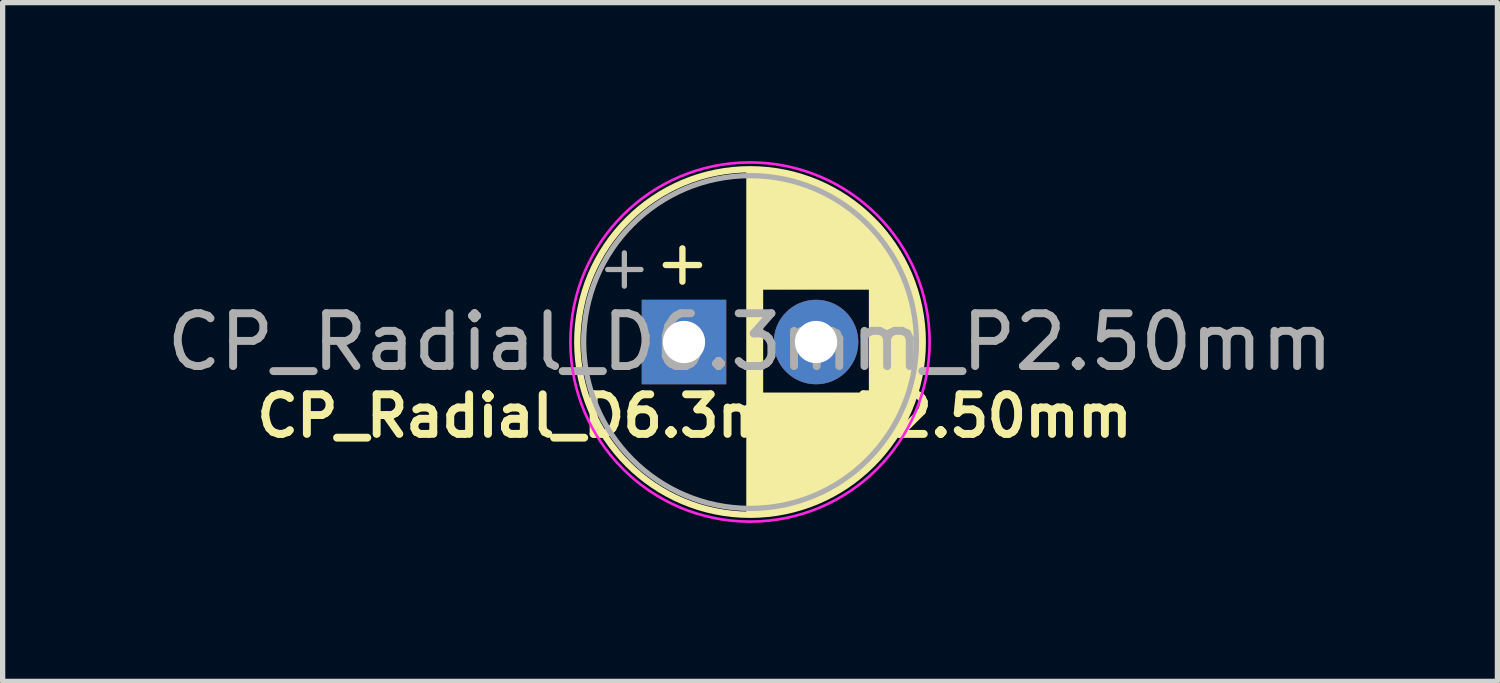
<source format=kicad_pcb>
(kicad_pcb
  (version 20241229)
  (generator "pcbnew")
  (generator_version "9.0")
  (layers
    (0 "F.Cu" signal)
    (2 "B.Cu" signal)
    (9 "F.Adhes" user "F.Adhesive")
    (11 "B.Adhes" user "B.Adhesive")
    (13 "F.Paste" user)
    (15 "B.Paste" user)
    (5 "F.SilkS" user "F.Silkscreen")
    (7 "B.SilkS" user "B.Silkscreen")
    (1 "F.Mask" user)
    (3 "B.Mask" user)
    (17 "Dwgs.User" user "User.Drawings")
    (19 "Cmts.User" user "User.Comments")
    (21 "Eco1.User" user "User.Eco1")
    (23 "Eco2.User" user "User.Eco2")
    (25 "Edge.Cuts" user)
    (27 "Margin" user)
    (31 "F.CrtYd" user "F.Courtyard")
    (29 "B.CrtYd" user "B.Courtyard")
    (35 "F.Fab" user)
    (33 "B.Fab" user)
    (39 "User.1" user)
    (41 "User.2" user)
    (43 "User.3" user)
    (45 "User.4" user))
  (footprint "CP_Radial_D6.3mm_P2.50mm"
    (layer "F.Cu")
    (at 9.899 3.425)
    (property "Reference" "CP_Radial_D6.3mm_P2.50mm" (at 0.2 1.4 0) (layer "F.SilkS") (effects (font (size 0.75 0.75) (thickness 0.15))))
    (attr through_hole)
    (fp_line (start -0.345 -1.458) (end 0.285 -1.458) (stroke (width 0.12) (type solid)) (layer "F.SilkS"))
    (fp_line (start -0.03 -1.773) (end -0.03 -1.143) (stroke (width 0.12) (type solid)) (layer "F.SilkS"))
    (fp_line (start 1.239 -3.254) (end 1.239 3.206) (stroke (width 0.12) (type solid)) (layer "F.SilkS"))
    (fp_line (start 1.279 -3.254) (end 1.279 3.206) (stroke (width 0.12) (type solid)) (layer "F.SilkS"))
    (fp_line (start 1.319 -3.254) (end 1.319 3.206) (stroke (width 0.12) (type solid)) (layer "F.SilkS"))
    (fp_line (start 1.359 -3.252) (end 1.359 3.204) (stroke (width 0.12) (type solid)) (layer "F.SilkS"))
    (fp_line (start 1.399 -3.251) (end 1.399 3.203) (stroke (width 0.12) (type solid)) (layer "F.SilkS"))
    (fp_line (start 1.439 -3.248) (end 1.439 3.2) (stroke (width 0.12) (type solid)) (layer "F.SilkS"))
    (fp_line (start 1.47 -3.233) (end 1.47 -1.051) (stroke (width 0.12) (type solid)) (layer "F.SilkS"))
    (fp_line (start 1.479 1.016) (end 1.479 3.198) (stroke (width 0.12) (type solid)) (layer "F.SilkS"))
    (fp_line (start 1.51 -3.229) (end 1.51 -1.051) (stroke (width 0.12) (type solid)) (layer "F.SilkS"))
    (fp_line (start 1.519 1.016) (end 1.519 3.194) (stroke (width 0.12) (type solid)) (layer "F.SilkS"))
    (fp_line (start 1.55 -3.226) (end 1.55 -1.051) (stroke (width 0.12) (type solid)) (layer "F.SilkS"))
    (fp_line (start 1.559 1.016) (end 1.559 3.191) (stroke (width 0.12) (type solid)) (layer "F.SilkS"))
    (fp_line (start 1.59 -3.222) (end 1.59 -1.051) (stroke (width 0.12) (type solid)) (layer "F.SilkS"))
    (fp_line (start 1.599 1.016) (end 1.599 3.187) (stroke (width 0.12) (type solid)) (layer "F.SilkS"))
    (fp_line (start 1.63 -3.217) (end 1.63 -1.051) (stroke (width 0.12) (type solid)) (layer "F.SilkS"))
    (fp_line (start 1.639 1.016) (end 1.639 3.182) (stroke (width 0.12) (type solid)) (layer "F.SilkS"))
    (fp_line (start 1.67 -3.212) (end 1.67 -1.051) (stroke (width 0.12) (type solid)) (layer "F.SilkS"))
    (fp_line (start 1.679 1.016) (end 1.679 3.177) (stroke (width 0.12) (type solid)) (layer "F.SilkS"))
    (fp_line (start 1.71 -3.206) (end 1.71 -1.051) (stroke (width 0.12) (type solid)) (layer "F.SilkS"))
    (fp_line (start 1.719 1.016) (end 1.719 3.171) (stroke (width 0.12) (type solid)) (layer "F.SilkS"))
    (fp_line (start 1.75 -3.2) (end 1.75 -1.051) (stroke (width 0.12) (type solid)) (layer "F.SilkS"))
    (fp_line (start 1.759 1.016) (end 1.759 3.165) (stroke (width 0.12) (type solid)) (layer "F.SilkS"))
    (fp_line (start 1.79 -3.193) (end 1.79 -1.051) (stroke (width 0.12) (type solid)) (layer "F.SilkS"))
    (fp_line (start 1.799 1.016) (end 1.799 3.158) (stroke (width 0.12) (type solid)) (layer "F.SilkS"))
    (fp_line (start 1.83 -3.186) (end 1.83 -1.051) (stroke (width 0.12) (type solid)) (layer "F.SilkS"))
    (fp_line (start 1.839 1.016) (end 1.839 3.151) (stroke (width 0.12) (type solid)) (layer "F.SilkS"))
    (fp_line (start 1.87 -3.178) (end 1.87 -1.051) (stroke (width 0.12) (type solid)) (layer "F.SilkS"))
    (fp_line (start 1.879 1.016) (end 1.879 3.143) (stroke (width 0.12) (type solid)) (layer "F.SilkS"))
    (fp_line (start 1.91 -3.17) (end 1.91 -1.051) (stroke (width 0.12) (type solid)) (layer "F.SilkS"))
    (fp_line (start 1.919 1.016) (end 1.919 3.135) (stroke (width 0.12) (type solid)) (layer "F.SilkS"))
    (fp_line (start 1.951 -3.161) (end 1.951 -1.051) (stroke (width 0.12) (type solid)) (layer "F.SilkS"))
    (fp_line (start 1.96 1.016) (end 1.96 3.126) (stroke (width 0.12) (type solid)) (layer "F.SilkS"))
    (fp_line (start 1.991 -3.152) (end 1.991 -1.051) (stroke (width 0.12) (type solid)) (layer "F.SilkS"))
    (fp_line (start 2 1.016) (end 2 3.117) (stroke (width 0.12) (type solid)) (layer "F.SilkS"))
    (fp_line (start 2.031 -3.142) (end 2.031 -1.051) (stroke (width 0.12) (type solid)) (layer "F.SilkS"))
    (fp_line (start 2.04 1.016) (end 2.04 3.107) (stroke (width 0.12) (type solid)) (layer "F.SilkS"))
    (fp_line (start 2.071 -3.132) (end 2.071 -1.051) (stroke (width 0.12) (type solid)) (layer "F.SilkS"))
    (fp_line (start 2.08 1.016) (end 2.08 3.097) (stroke (width 0.12) (type solid)) (layer "F.SilkS"))
    (fp_line (start 2.111 -3.121) (end 2.111 -1.051) (stroke (width 0.12) (type solid)) (layer "F.SilkS"))
    (fp_line (start 2.12 1.016) (end 2.12 3.086) (stroke (width 0.12) (type solid)) (layer "F.SilkS"))
    (fp_line (start 2.151 -3.109) (end 2.151 -1.051) (stroke (width 0.12) (type solid)) (layer "F.SilkS"))
    (fp_line (start 2.16 1.016) (end 2.16 3.074) (stroke (width 0.12) (type solid)) (layer "F.SilkS"))
    (fp_line (start 2.191 -3.097) (end 2.191 -1.051) (stroke (width 0.12) (type solid)) (layer "F.SilkS"))
    (fp_line (start 2.2 1.016) (end 2.2 3.062) (stroke (width 0.12) (type solid)) (layer "F.SilkS"))
    (fp_line (start 2.231 -3.085) (end 2.231 -1.051) (stroke (width 0.12) (type solid)) (layer "F.SilkS"))
    (fp_line (start 2.24 1.016) (end 2.24 3.05) (stroke (width 0.12) (type solid)) (layer "F.SilkS"))
    (fp_line (start 2.271 -3.072) (end 2.271 -1.051) (stroke (width 0.12) (type solid)) (layer "F.SilkS"))
    (fp_line (start 2.28 1.016) (end 2.28 3.037) (stroke (width 0.12) (type solid)) (layer "F.SilkS"))
    (fp_line (start 2.311 -3.058) (end 2.311 -1.051) (stroke (width 0.12) (type solid)) (layer "F.SilkS"))
    (fp_line (start 2.32 1.016) (end 2.32 3.023) (stroke (width 0.12) (type solid)) (layer "F.SilkS"))
    (fp_line (start 2.351 -3.044) (end 2.351 -1.051) (stroke (width 0.12) (type solid)) (layer "F.SilkS"))
    (fp_line (start 2.36 1.016) (end 2.36 3.009) (stroke (width 0.12) (type solid)) (layer "F.SilkS"))
    (fp_line (start 2.391 -3.029) (end 2.391 -1.051) (stroke (width 0.12) (type solid)) (layer "F.SilkS"))
    (fp_line (start 2.4 1.016) (end 2.4 2.994) (stroke (width 0.12) (type solid)) (layer "F.SilkS"))
    (fp_line (start 2.431 -3.013) (end 2.431 -1.051) (stroke (width 0.12) (type solid)) (layer "F.SilkS"))
    (fp_line (start 2.44 1.016) (end 2.44 2.978) (stroke (width 0.12) (type solid)) (layer "F.SilkS"))
    (fp_line (start 2.471 -2.997) (end 2.471 -1.051) (stroke (width 0.12) (type solid)) (layer "F.SilkS"))
    (fp_line (start 2.48 1.016) (end 2.48 2.962) (stroke (width 0.12) (type solid)) (layer "F.SilkS"))
    (fp_line (start 2.511 -2.981) (end 2.511 -1.051) (stroke (width 0.12) (type solid)) (layer "F.SilkS"))
    (fp_line (start 2.52 1.016) (end 2.52 2.946) (stroke (width 0.12) (type solid)) (layer "F.SilkS"))
    (fp_line (start 2.551 -2.963) (end 2.551 -1.051) (stroke (width 0.12) (type solid)) (layer "F.SilkS"))
    (fp_line (start 2.56 1.016) (end 2.56 2.928) (stroke (width 0.12) (type solid)) (layer "F.SilkS"))
    (fp_line (start 2.591 -2.945) (end 2.591 -1.051) (stroke (width 0.12) (type solid)) (layer "F.SilkS"))
    (fp_line (start 2.6 1.016) (end 2.6 2.91) (stroke (width 0.12) (type solid)) (layer "F.SilkS"))
    (fp_line (start 2.631 -2.927) (end 2.631 -1.051) (stroke (width 0.12) (type solid)) (layer "F.SilkS"))
    (fp_line (start 2.64 1.016) (end 2.64 2.892) (stroke (width 0.12) (type solid)) (layer "F.SilkS"))
    (fp_line (start 2.671 -2.907) (end 2.671 -1.051) (stroke (width 0.12) (type solid)) (layer "F.SilkS"))
    (fp_line (start 2.68 1.016) (end 2.68 2.872) (stroke (width 0.12) (type solid)) (layer "F.SilkS"))
    (fp_line (start 2.711 -2.887) (end 2.711 -1.051) (stroke (width 0.12) (type solid)) (layer "F.SilkS"))
    (fp_line (start 2.72 1.016) (end 2.72 2.852) (stroke (width 0.12) (type solid)) (layer "F.SilkS"))
    (fp_line (start 2.751 -2.867) (end 2.751 -1.051) (stroke (width 0.12) (type solid)) (layer "F.SilkS"))
    (fp_line (start 2.76 1.016) (end 2.76 2.832) (stroke (width 0.12) (type solid)) (layer "F.SilkS"))
    (fp_line (start 2.791 -2.845) (end 2.791 -1.051) (stroke (width 0.12) (type solid)) (layer "F.SilkS"))
    (fp_line (start 2.8 1.016) (end 2.8 2.81) (stroke (width 0.12) (type solid)) (layer "F.SilkS"))
    (fp_line (start 2.831 -2.823) (end 2.831 -1.051) (stroke (width 0.12) (type solid)) (layer "F.SilkS"))
    (fp_line (start 2.84 1.016) (end 2.84 2.788) (stroke (width 0.12) (type solid)) (layer "F.SilkS"))
    (fp_line (start 2.871 -2.801) (end 2.871 -1.051) (stroke (width 0.12) (type solid)) (layer "F.SilkS"))
    (fp_line (start 2.88 1.016) (end 2.88 2.766) (stroke (width 0.12) (type solid)) (layer "F.SilkS"))
    (fp_line (start 2.911 -2.777) (end 2.911 -1.051) (stroke (width 0.12) (type solid)) (layer "F.SilkS"))
    (fp_line (start 2.92 1.016) (end 2.92 2.742) (stroke (width 0.12) (type solid)) (layer "F.SilkS"))
    (fp_line (start 2.951 -2.753) (end 2.951 -1.051) (stroke (width 0.12) (type solid)) (layer "F.SilkS"))
    (fp_line (start 2.96 1.016) (end 2.96 2.718) (stroke (width 0.12) (type solid)) (layer "F.SilkS"))
    (fp_line (start 2.991 -2.727) (end 2.991 -1.051) (stroke (width 0.12) (type solid)) (layer "F.SilkS"))
    (fp_line (start 3 1.016) (end 3 2.692) (stroke (width 0.12) (type solid)) (layer "F.SilkS"))
    (fp_line (start 3.031 -2.701) (end 3.031 -1.051) (stroke (width 0.12) (type solid)) (layer "F.SilkS"))
    (fp_line (start 3.04 1.016) (end 3.04 2.666) (stroke (width 0.12) (type solid)) (layer "F.SilkS"))
    (fp_line (start 3.071 -2.675) (end 3.071 -1.051) (stroke (width 0.12) (type solid)) (layer "F.SilkS"))
    (fp_line (start 3.08 1.016) (end 3.08 2.64) (stroke (width 0.12) (type solid)) (layer "F.SilkS"))
    (fp_line (start 3.111 -2.647) (end 3.111 -1.051) (stroke (width 0.12) (type solid)) (layer "F.SilkS"))
    (fp_line (start 3.12 1.016) (end 3.12 2.612) (stroke (width 0.12) (type solid)) (layer "F.SilkS"))
    (fp_line (start 3.151 -2.618) (end 3.151 -1.051) (stroke (width 0.12) (type solid)) (layer "F.SilkS"))
    (fp_line (start 3.16 1.016) (end 3.16 2.583) (stroke (width 0.12) (type solid)) (layer "F.SilkS"))
    (fp_line (start 3.191 -2.589) (end 3.191 -1.051) (stroke (width 0.12) (type solid)) (layer "F.SilkS"))
    (fp_line (start 3.2 1.016) (end 3.2 2.554) (stroke (width 0.12) (type solid)) (layer "F.SilkS"))
    (fp_line (start 3.231 -2.559) (end 3.231 -1.051) (stroke (width 0.12) (type solid)) (layer "F.SilkS"))
    (fp_line (start 3.24 1.016) (end 3.24 2.524) (stroke (width 0.12) (type solid)) (layer "F.SilkS"))
    (fp_line (start 3.271 -2.527) (end 3.271 -1.051) (stroke (width 0.12) (type solid)) (layer "F.SilkS"))
    (fp_line (start 3.28 1.016) (end 3.28 2.492) (stroke (width 0.12) (type solid)) (layer "F.SilkS"))
    (fp_line (start 3.311 -2.495) (end 3.311 -1.051) (stroke (width 0.12) (type solid)) (layer "F.SilkS"))
    (fp_line (start 3.32 1.016) (end 3.32 2.46) (stroke (width 0.12) (type solid)) (layer "F.SilkS"))
    (fp_line (start 3.351 -2.461) (end 3.351 -1.051) (stroke (width 0.12) (type solid)) (layer "F.SilkS"))
    (fp_line (start 3.36 1.016) (end 3.36 2.426) (stroke (width 0.12) (type solid)) (layer "F.SilkS"))
    (fp_line (start 3.391 -2.427) (end 3.391 -1.051) (stroke (width 0.12) (type solid)) (layer "F.SilkS"))
    (fp_line (start 3.4 1.016) (end 3.4 2.392) (stroke (width 0.12) (type solid)) (layer "F.SilkS"))
    (fp_line (start 3.431 -2.391) (end 3.431 -1.051) (stroke (width 0.12) (type solid)) (layer "F.SilkS"))
    (fp_line (start 3.44 1.016) (end 3.44 2.356) (stroke (width 0.12) (type solid)) (layer "F.SilkS"))
    (fp_line (start 3.471 -2.354) (end 3.471 -1.051) (stroke (width 0.12) (type solid)) (layer "F.SilkS"))
    (fp_line (start 3.48 1.016) (end 3.48 2.319) (stroke (width 0.12) (type solid)) (layer "F.SilkS"))
    (fp_line (start 3.511 -2.316) (end 3.511 -1.051) (stroke (width 0.12) (type solid)) (layer "F.SilkS"))
    (fp_line (start 3.52 1.016) (end 3.52 2.281) (stroke (width 0.12) (type solid)) (layer "F.SilkS"))
    (fp_line (start 3.56 -2.289) (end 3.56 2.241) (stroke (width 0.12) (type solid)) (layer "F.SilkS"))
    (fp_line (start 3.6 -2.248) (end 3.6 2.2) (stroke (width 0.12) (type solid)) (layer "F.SilkS"))
    (fp_line (start 3.64 -2.228) (end 3.64 2.136) (stroke (width 0.12) (type solid)) (layer "F.SilkS"))
    (fp_line (start 3.68 -2.183) (end 3.68 2.091) (stroke (width 0.12) (type solid)) (layer "F.SilkS"))
    (fp_line (start 3.72 -2.138) (end 3.72 2.046) (stroke (width 0.12) (type solid)) (layer "F.SilkS"))
    (fp_line (start 3.76 -2.09) (end 3.76 1.998) (stroke (width 0.12) (type solid)) (layer "F.SilkS"))
    (fp_line (start 3.8 -2.041) (end 3.8 1.949) (stroke (width 0.12) (type solid)) (layer "F.SilkS"))
    (fp_line (start 3.84 -1.99) (end 3.84 1.898) (stroke (width 0.12) (type solid)) (layer "F.SilkS"))
    (fp_line (start 3.88 -1.936) (end 3.88 1.844) (stroke (width 0.12) (type solid)) (layer "F.SilkS"))
    (fp_line (start 3.92 -1.88) (end 3.92 1.788) (stroke (width 0.12) (type solid)) (layer "F.SilkS"))
    (fp_line (start 3.96 -1.822) (end 3.96 1.73) (stroke (width 0.12) (type solid)) (layer "F.SilkS"))
    (fp_line (start 4 -1.76) (end 4 1.668) (stroke (width 0.12) (type solid)) (layer "F.SilkS"))
    (fp_line (start 4.04 -1.696) (end 4.04 1.604) (stroke (width 0.12) (type solid)) (layer "F.SilkS"))
    (fp_line (start 4.08 -1.627) (end 4.08 1.535) (stroke (width 0.12) (type solid)) (layer "F.SilkS"))
    (fp_line (start 4.12 -1.555) (end 4.12 1.463) (stroke (width 0.12) (type solid)) (layer "F.SilkS"))
    (fp_line (start 4.16 -1.478) (end 4.16 1.386) (stroke (width 0.12) (type solid)) (layer "F.SilkS"))
    (fp_line (start 4.2 -1.396) (end 4.2 1.304) (stroke (width 0.12) (type solid)) (layer "F.SilkS"))
    (fp_line (start 4.24 -1.308) (end 4.24 1.216) (stroke (width 0.12) (type solid)) (layer "F.SilkS"))
    (fp_line (start 4.28 -1.211) (end 4.28 1.119) (stroke (width 0.12) (type solid)) (layer "F.SilkS"))
    (fp_line (start 4.32 -1.105) (end 4.32 1.013) (stroke (width 0.12) (type solid)) (layer "F.SilkS"))
    (fp_line (start 4.36 -0.986) (end 4.36 0.894) (stroke (width 0.12) (type solid)) (layer "F.SilkS"))
    (fp_line (start 4.4 -0.848) (end 4.4 0.756) (stroke (width 0.12) (type solid)) (layer "F.SilkS"))
    (fp_line (start 4.44 -0.679) (end 4.44 0.587) (stroke (width 0.12) (type solid)) (layer "F.SilkS"))
    (fp_line (start 4.48 -0.448) (end 4.48 0.356) (stroke (width 0.12) (type solid)) (layer "F.SilkS"))
    (fp_circle (center 1.25 0) (end 4.52 0) (stroke (width 0.12) (type solid)) (fill no) (layer "F.SilkS"))
    (fp_circle (center 1.25 0) (end 4.65 0) (stroke (width 0.05) (type solid)) (fill no) (layer "F.CrtYd"))
    (fp_line (start -1.444 -1.373) (end -0.814 -1.373) (stroke (width 0.1) (type solid)) (layer "F.Fab"))
    (fp_line (start -1.129 -1.688) (end -1.129 -1.058) (stroke (width 0.1) (type solid)) (layer "F.Fab"))
    (fp_circle (center 1.25 0) (end 4.4 0) (stroke (width 0.1) (type solid)) (fill no) (layer "F.Fab"))
    (fp_text user "${REFERENCE}" (at 1.25 0 0) (layer "F.Fab") (effects (font (size 1 1) (thickness 0.15))))
    (pad "1" thru_hole rect (at 0 0) (size 1.6 1.6) (drill 0.8) (layers "*.Cu" "*.Mask"))
    (pad "2" thru_hole circle (at 2.5 0) (size 1.6 1.6) (drill 0.8) (layers "*.Cu" "*.Mask")))
  (gr_rect
    (start -3 -3)
    (end 25.298 9.85)
    (stroke (width 0.1) (type default))
    (fill no)
    (layer "Edge.Cuts")))
</source>
